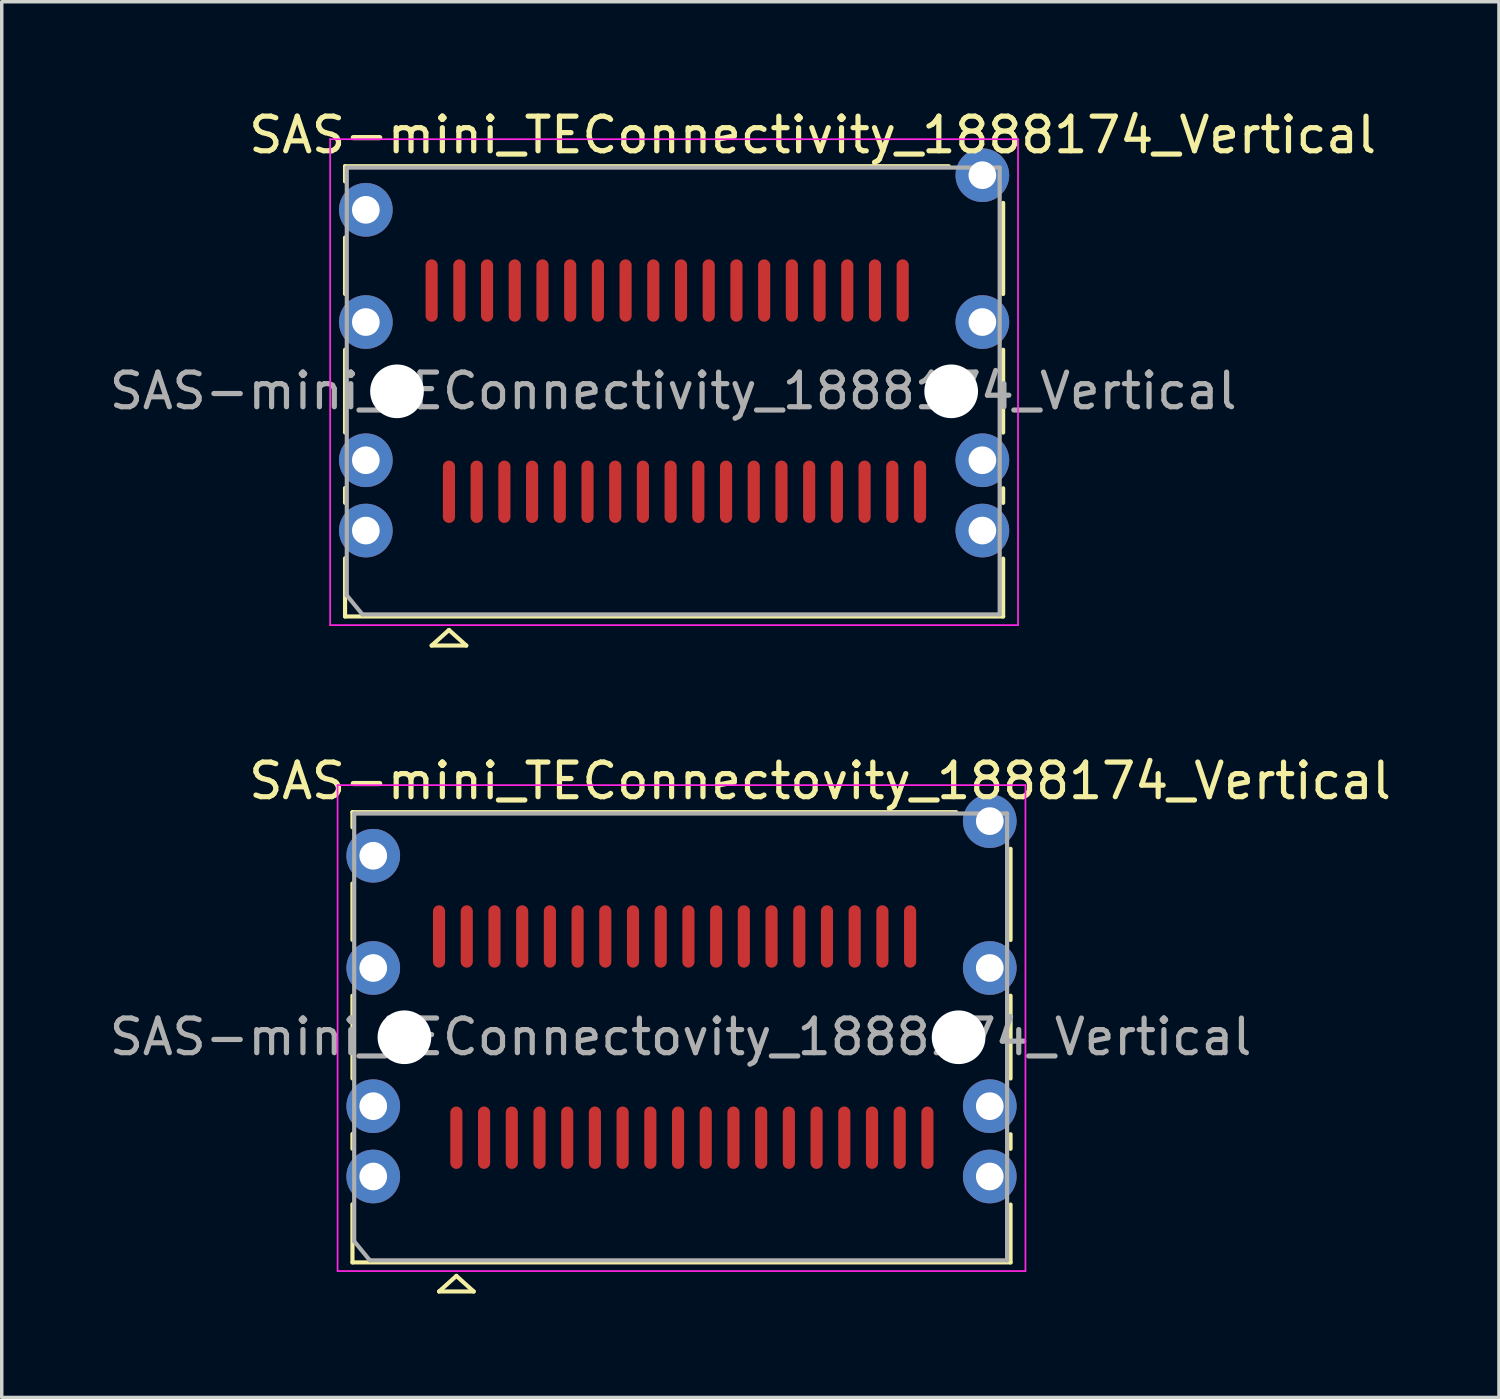
<source format=kicad_pcb>
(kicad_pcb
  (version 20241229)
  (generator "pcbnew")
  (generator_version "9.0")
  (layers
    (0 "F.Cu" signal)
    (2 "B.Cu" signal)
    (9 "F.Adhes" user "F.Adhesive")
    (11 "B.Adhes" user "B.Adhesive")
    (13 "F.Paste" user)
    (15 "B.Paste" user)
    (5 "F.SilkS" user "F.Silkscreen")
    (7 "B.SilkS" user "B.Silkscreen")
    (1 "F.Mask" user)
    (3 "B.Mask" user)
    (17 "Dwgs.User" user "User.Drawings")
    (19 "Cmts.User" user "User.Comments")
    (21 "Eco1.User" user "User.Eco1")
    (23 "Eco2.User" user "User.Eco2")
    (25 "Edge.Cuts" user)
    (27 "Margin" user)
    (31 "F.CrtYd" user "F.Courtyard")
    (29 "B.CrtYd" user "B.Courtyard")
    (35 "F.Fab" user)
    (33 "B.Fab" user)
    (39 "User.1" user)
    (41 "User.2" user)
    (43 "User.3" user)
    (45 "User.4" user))
  (footprint "SAS-mini_TEConnectivity_1888174_Vertical"
    (layer "F.Cu")
    (at 16.412 7.138)
    (property "Reference" "SAS-mini_TEConnectivity_1888174_Vertical" (at 4 -6.29 0) (layer "F.SilkS") (effects (font (size 1 1) (thickness 0.15))))
    (attr smd)
    (fp_line (start -9.5 -5.39) (end -9.5 -4.95) (stroke (width 0.12) (type solid)) (layer "F.SilkS"))
    (fp_line (start -9.5 -3.33) (end -9.5 -1.7) (stroke (width 0.12) (type solid)) (layer "F.SilkS"))
    (fp_line (start -9.5 -0.09) (end -9.5 2.299) (stroke (width 0.12) (type solid)) (layer "F.SilkS"))
    (fp_line (start -9.5 3.901) (end -9.5 4.329) (stroke (width 0.12) (type solid)) (layer "F.SilkS"))
    (fp_line (start -9.5 5.931) (end -9.5 7.61) (stroke (width 0.12) (type solid)) (layer "F.SilkS"))
    (fp_line (start -9.5 7.61) (end 9.5 7.61) (stroke (width 0.12) (type solid)) (layer "F.SilkS"))
    (fp_line (start -7 8.45) (end -6 8.45) (stroke (width 0.12) (type solid)) (layer "F.SilkS"))
    (fp_line (start -6.5 8) (end -7 8.45) (stroke (width 0.12) (type solid)) (layer "F.SilkS"))
    (fp_line (start -6 8.45) (end -6.5 8) (stroke (width 0.12) (type solid)) (layer "F.SilkS"))
    (fp_line (start 7.93 -5.39) (end -9.5 -5.39) (stroke (width 0.12) (type solid)) (layer "F.SilkS"))
    (fp_line (start 9.5 -4.33) (end 9.5 -1.7) (stroke (width 0.12) (type solid)) (layer "F.SilkS"))
    (fp_line (start 9.5 -0.09) (end 9.5 2.3) (stroke (width 0.12) (type solid)) (layer "F.SilkS"))
    (fp_line (start 9.5 3.91) (end 9.5 4.33) (stroke (width 0.12) (type solid)) (layer "F.SilkS"))
    (fp_line (start 9.5 5.94) (end 9.5 7.61) (stroke (width 0.12) (type solid)) (layer "F.SilkS"))
    (fp_line (start -9.93 -6.17) (end -9.93 7.86) (stroke (width 0.05) (type solid)) (layer "F.CrtYd"))
    (fp_line (start -9.93 -6.17) (end 9.93 -6.17) (stroke (width 0.05) (type solid)) (layer "F.CrtYd"))
    (fp_line (start 9.93 7.86) (end -9.93 7.86) (stroke (width 0.05) (type solid)) (layer "F.CrtYd"))
    (fp_line (start 9.93 7.86) (end 9.93 -6.17) (stroke (width 0.05) (type solid)) (layer "F.CrtYd"))
    (fp_line (start -9.45 -5.35) (end -9.45 7) (stroke (width 0.12) (type solid)) (layer "F.Fab"))
    (fp_line (start -9.45 7) (end -9 7.55) (stroke (width 0.12) (type solid)) (layer "F.Fab"))
    (fp_line (start -9 7.55) (end 9.4 7.55) (stroke (width 0.12) (type solid)) (layer "F.Fab"))
    (fp_line (start 9.4 -5.35) (end -9.45 -5.35) (stroke (width 0.12) (type solid)) (layer "F.Fab"))
    (fp_line (start 9.4 7.55) (end 9.4 -5.35) (stroke (width 0.12) (type solid)) (layer "F.Fab"))
    (fp_text user "${REFERENCE}" (at -0.025 1.1 0) (layer "F.Fab") (effects (font (size 1 1) (thickness 0.15))))
    (pad "" np_thru_hole circle (at -8 1.11) (size 1.55 1.55) (drill 1.55) (layers "*.Mask" "B.Cu"))
    (pad "" np_thru_hole circle (at 8 1.11) (size 1.55 1.55) (drill 1.55) (layers "*.Mask" "B.Cu"))
    (pad "1" thru_hole circle (at -8.9 -4.13) (size 1.55 1.55) (drill 0.8) (layers "*.Cu" "*.Mask"))
    (pad "2" thru_hole circle (at -8.9 -0.89) (size 1.55 1.55) (drill 0.8) (layers "*.Cu" "*.Mask"))
    (pad "3" thru_hole circle (at -8.9 3.1) (size 1.55 1.55) (drill 0.8) (layers "*.Cu" "*.Mask"))
    (pad "4" thru_hole circle (at -8.9 5.13) (size 1.55 1.55) (drill 0.8) (layers "*.Cu" "*.Mask"))
    (pad "5" thru_hole circle (at 8.9 -5.13) (size 1.55 1.55) (drill 0.8) (layers "*.Cu" "*.Mask"))
    (pad "6" thru_hole circle (at 8.9 -0.89) (size 1.55 1.55) (drill 0.8) (layers "*.Cu" "*.Mask"))
    (pad "7" thru_hole circle (at 8.9 3.1) (size 1.55 1.55) (drill 0.8) (layers "*.Cu" "*.Mask"))
    (pad "8" thru_hole circle (at 8.9 5.13) (size 1.55 1.55) (drill 0.8) (layers "*.Cu" "*.Mask"))
    (pad "A1" smd oval (at -6.5 4.01) (size 0.35 1.8) (layers "F.Cu" "F.Mask" "F.Paste"))
    (pad "A2" smd oval (at -5.7 4.01) (size 0.35 1.8) (layers "F.Cu" "F.Mask" "F.Paste"))
    (pad "A3" smd oval (at -4.9 4.01) (size 0.35 1.8) (layers "F.Cu" "F.Mask" "F.Paste"))
    (pad "A4" smd oval (at -4.1 4.01) (size 0.35 1.8) (layers "F.Cu" "F.Mask" "F.Paste"))
    (pad "A5" smd oval (at -3.3 4.01) (size 0.35 1.8) (layers "F.Cu" "F.Mask" "F.Paste"))
    (pad "A6" smd oval (at -2.5 4.01) (size 0.35 1.8) (layers "F.Cu" "F.Mask" "F.Paste"))
    (pad "A7" smd oval (at -1.7 4.01) (size 0.35 1.8) (layers "F.Cu" "F.Mask" "F.Paste"))
    (pad "A8" smd oval (at -0.9 4.01) (size 0.35 1.8) (layers "F.Cu" "F.Mask" "F.Paste"))
    (pad "A9" smd oval (at -0.1 4.01) (size 0.35 1.8) (layers "F.Cu" "F.Mask" "F.Paste"))
    (pad "A10" smd oval (at 0.7 4.01) (size 0.35 1.8) (layers "F.Cu" "F.Mask" "F.Paste"))
    (pad "A11" smd oval (at 1.5 4.01) (size 0.35 1.8) (layers "F.Cu" "F.Mask" "F.Paste"))
    (pad "A12" smd oval (at 2.3 4.01) (size 0.35 1.8) (layers "F.Cu" "F.Mask" "F.Paste"))
    (pad "A13" smd oval (at 3.1 4.01) (size 0.35 1.8) (layers "F.Cu" "F.Mask" "F.Paste"))
    (pad "A14" smd oval (at 3.9 4.01) (size 0.35 1.8) (layers "F.Cu" "F.Mask" "F.Paste"))
    (pad "A15" smd oval (at 4.7 4.01) (size 0.35 1.8) (layers "F.Cu" "F.Mask" "F.Paste"))
    (pad "A16" smd oval (at 5.5 4.01) (size 0.35 1.8) (layers "F.Cu" "F.Mask" "F.Paste"))
    (pad "A17" smd oval (at 6.3 4.01) (size 0.35 1.8) (layers "F.Cu" "F.Mask" "F.Paste"))
    (pad "A18" smd oval (at 7.1 4.01) (size 0.35 1.8) (layers "F.Cu" "F.Mask" "F.Paste"))
    (pad "B1" smd oval (at -7 -1.8) (size 0.35 1.8) (layers "F.Cu" "F.Mask" "F.Paste"))
    (pad "B2" smd oval (at -6.2 -1.8) (size 0.35 1.8) (layers "F.Cu" "F.Mask" "F.Paste"))
    (pad "B3" smd oval (at -5.4 -1.8) (size 0.35 1.8) (layers "F.Cu" "F.Mask" "F.Paste"))
    (pad "B4" smd oval (at -4.6 -1.8) (size 0.35 1.8) (layers "F.Cu" "F.Mask" "F.Paste"))
    (pad "B5" smd oval (at -3.8 -1.8) (size 0.35 1.8) (layers "F.Cu" "F.Mask" "F.Paste"))
    (pad "B6" smd oval (at -3 -1.8) (size 0.35 1.8) (layers "F.Cu" "F.Mask" "F.Paste"))
    (pad "B7" smd oval (at -2.2 -1.8) (size 0.35 1.8) (layers "F.Cu" "F.Mask" "F.Paste"))
    (pad "B8" smd oval (at -1.4 -1.8) (size 0.35 1.8) (layers "F.Cu" "F.Mask" "F.Paste"))
    (pad "B9" smd oval (at -0.6 -1.8) (size 0.35 1.8) (layers "F.Cu" "F.Mask" "F.Paste"))
    (pad "B10" smd oval (at 0.2 -1.8) (size 0.35 1.8) (layers "F.Cu" "F.Mask" "F.Paste"))
    (pad "B11" smd oval (at 1 -1.8) (size 0.35 1.8) (layers "F.Cu" "F.Mask" "F.Paste"))
    (pad "B12" smd oval (at 1.8 -1.8) (size 0.35 1.8) (layers "F.Cu" "F.Mask" "F.Paste"))
    (pad "B13" smd oval (at 2.6 -1.8) (size 0.35 1.8) (layers "F.Cu" "F.Mask" "F.Paste"))
    (pad "B14" smd oval (at 3.4 -1.8) (size 0.35 1.8) (layers "F.Cu" "F.Mask" "F.Paste"))
    (pad "B15" smd oval (at 4.2 -1.8) (size 0.35 1.8) (layers "F.Cu" "F.Mask" "F.Paste"))
    (pad "B16" smd oval (at 5 -1.8) (size 0.35 1.8) (layers "F.Cu" "F.Mask" "F.Paste"))
    (pad "B17" smd oval (at 5.8 -1.8) (size 0.35 1.8) (layers "F.Cu" "F.Mask" "F.Paste"))
    (pad "B18" smd oval (at 6.6 -1.8) (size 0.35 1.8) (layers "F.Cu" "F.Mask" "F.Paste")))
  (footprint "SAS-mini_TEConnectovity_1888174_Vertical"
    (layer "F.Cu")
    (at 16.626 25.787)
    (property "Reference" "SAS-mini_TEConnectovity_1888174_Vertical" (at 4 -6.29 0) (layer "F.SilkS") (effects (font (size 1 1) (thickness 0.15))))
    (attr smd)
    (fp_line (start -9.5 -5.39) (end -9.5 -4.95) (stroke (width 0.12) (type solid)) (layer "F.SilkS"))
    (fp_line (start -9.5 -3.33) (end -9.5 -1.7) (stroke (width 0.12) (type solid)) (layer "F.SilkS"))
    (fp_line (start -9.5 -0.09) (end -9.5 2.299) (stroke (width 0.12) (type solid)) (layer "F.SilkS"))
    (fp_line (start -9.5 3.901) (end -9.5 4.329) (stroke (width 0.12) (type solid)) (layer "F.SilkS"))
    (fp_line (start -9.5 5.931) (end -9.5 7.61) (stroke (width 0.12) (type solid)) (layer "F.SilkS"))
    (fp_line (start -9.5 7.61) (end 9.5 7.61) (stroke (width 0.12) (type solid)) (layer "F.SilkS"))
    (fp_line (start -7 8.45) (end -6 8.45) (stroke (width 0.12) (type solid)) (layer "F.SilkS"))
    (fp_line (start -6.5 8) (end -7 8.45) (stroke (width 0.12) (type solid)) (layer "F.SilkS"))
    (fp_line (start -6 8.45) (end -6.5 8) (stroke (width 0.12) (type solid)) (layer "F.SilkS"))
    (fp_line (start 7.93 -5.39) (end -9.5 -5.39) (stroke (width 0.12) (type solid)) (layer "F.SilkS"))
    (fp_line (start 9.5 -4.33) (end 9.5 -1.7) (stroke (width 0.12) (type solid)) (layer "F.SilkS"))
    (fp_line (start 9.5 -0.09) (end 9.5 2.3) (stroke (width 0.12) (type solid)) (layer "F.SilkS"))
    (fp_line (start 9.5 3.91) (end 9.5 4.33) (stroke (width 0.12) (type solid)) (layer "F.SilkS"))
    (fp_line (start 9.5 5.94) (end 9.5 7.61) (stroke (width 0.12) (type solid)) (layer "F.SilkS"))
    (fp_line (start -9.93 -6.17) (end -9.93 7.86) (stroke (width 0.05) (type solid)) (layer "F.CrtYd"))
    (fp_line (start -9.93 -6.17) (end 9.93 -6.17) (stroke (width 0.05) (type solid)) (layer "F.CrtYd"))
    (fp_line (start 9.93 7.86) (end -9.93 7.86) (stroke (width 0.05) (type solid)) (layer "F.CrtYd"))
    (fp_line (start 9.93 7.86) (end 9.93 -6.17) (stroke (width 0.05) (type solid)) (layer "F.CrtYd"))
    (fp_line (start -9.45 -5.35) (end -9.45 7) (stroke (width 0.12) (type solid)) (layer "F.Fab"))
    (fp_line (start -9.45 7) (end -9 7.55) (stroke (width 0.12) (type solid)) (layer "F.Fab"))
    (fp_line (start -9 7.55) (end 9.4 7.55) (stroke (width 0.12) (type solid)) (layer "F.Fab"))
    (fp_line (start 9.4 -5.35) (end -9.45 -5.35) (stroke (width 0.12) (type solid)) (layer "F.Fab"))
    (fp_line (start 9.4 7.55) (end 9.4 -5.35) (stroke (width 0.12) (type solid)) (layer "F.Fab"))
    (fp_text user "${REFERENCE}" (at -0.025 1.1 0) (layer "F.Fab") (effects (font (size 1 1) (thickness 0.15))))
    (pad "" np_thru_hole circle (at -8 1.11) (size 1.55 1.55) (drill 1.55) (layers "*.Mask" "B.Cu"))
    (pad "" np_thru_hole circle (at 8 1.11) (size 1.55 1.55) (drill 1.55) (layers "*.Mask" "B.Cu"))
    (pad "1" thru_hole circle (at -8.9 -4.13) (size 1.55 1.55) (drill 0.8) (layers "*.Cu" "*.Mask"))
    (pad "2" thru_hole circle (at -8.9 -0.89) (size 1.55 1.55) (drill 0.8) (layers "*.Cu" "*.Mask"))
    (pad "3" thru_hole circle (at -8.9 3.1) (size 1.55 1.55) (drill 0.8) (layers "*.Cu" "*.Mask"))
    (pad "4" thru_hole circle (at -8.9 5.13) (size 1.55 1.55) (drill 0.8) (layers "*.Cu" "*.Mask"))
    (pad "5" thru_hole circle (at 8.9 -5.13) (size 1.55 1.55) (drill 0.8) (layers "*.Cu" "*.Mask"))
    (pad "6" thru_hole circle (at 8.9 -0.89) (size 1.55 1.55) (drill 0.8) (layers "*.Cu" "*.Mask"))
    (pad "7" thru_hole circle (at 8.9 3.1) (size 1.55 1.55) (drill 0.8) (layers "*.Cu" "*.Mask"))
    (pad "8" thru_hole circle (at 8.9 5.13) (size 1.55 1.55) (drill 0.8) (layers "*.Cu" "*.Mask"))
    (pad "A1" smd oval (at -6.5 4.01) (size 0.35 1.8) (layers "F.Cu" "F.Mask" "F.Paste"))
    (pad "A2" smd oval (at -5.7 4.01) (size 0.35 1.8) (layers "F.Cu" "F.Mask" "F.Paste"))
    (pad "A3" smd oval (at -4.9 4.01) (size 0.35 1.8) (layers "F.Cu" "F.Mask" "F.Paste"))
    (pad "A4" smd oval (at -4.1 4.01) (size 0.35 1.8) (layers "F.Cu" "F.Mask" "F.Paste"))
    (pad "A5" smd oval (at -3.3 4.01) (size 0.35 1.8) (layers "F.Cu" "F.Mask" "F.Paste"))
    (pad "A6" smd oval (at -2.5 4.01) (size 0.35 1.8) (layers "F.Cu" "F.Mask" "F.Paste"))
    (pad "A7" smd oval (at -1.7 4.01) (size 0.35 1.8) (layers "F.Cu" "F.Mask" "F.Paste"))
    (pad "A8" smd oval (at -0.9 4.01) (size 0.35 1.8) (layers "F.Cu" "F.Mask" "F.Paste"))
    (pad "A9" smd oval (at -0.1 4.01) (size 0.35 1.8) (layers "F.Cu" "F.Mask" "F.Paste"))
    (pad "A10" smd oval (at 0.7 4.01) (size 0.35 1.8) (layers "F.Cu" "F.Mask" "F.Paste"))
    (pad "A11" smd oval (at 1.5 4.01) (size 0.35 1.8) (layers "F.Cu" "F.Mask" "F.Paste"))
    (pad "A12" smd oval (at 2.3 4.01) (size 0.35 1.8) (layers "F.Cu" "F.Mask" "F.Paste"))
    (pad "A13" smd oval (at 3.1 4.01) (size 0.35 1.8) (layers "F.Cu" "F.Mask" "F.Paste"))
    (pad "A14" smd oval (at 3.9 4.01) (size 0.35 1.8) (layers "F.Cu" "F.Mask" "F.Paste"))
    (pad "A15" smd oval (at 4.7 4.01) (size 0.35 1.8) (layers "F.Cu" "F.Mask" "F.Paste"))
    (pad "A16" smd oval (at 5.5 4.01) (size 0.35 1.8) (layers "F.Cu" "F.Mask" "F.Paste"))
    (pad "A17" smd oval (at 6.3 4.01) (size 0.35 1.8) (layers "F.Cu" "F.Mask" "F.Paste"))
    (pad "A18" smd oval (at 7.1 4.01) (size 0.35 1.8) (layers "F.Cu" "F.Mask" "F.Paste"))
    (pad "B1" smd oval (at -7 -1.8) (size 0.35 1.8) (layers "F.Cu" "F.Mask" "F.Paste"))
    (pad "B2" smd oval (at -6.2 -1.8) (size 0.35 1.8) (layers "F.Cu" "F.Mask" "F.Paste"))
    (pad "B3" smd oval (at -5.4 -1.8) (size 0.35 1.8) (layers "F.Cu" "F.Mask" "F.Paste"))
    (pad "B4" smd oval (at -4.6 -1.8) (size 0.35 1.8) (layers "F.Cu" "F.Mask" "F.Paste"))
    (pad "B5" smd oval (at -3.8 -1.8) (size 0.35 1.8) (layers "F.Cu" "F.Mask" "F.Paste"))
    (pad "B6" smd oval (at -3 -1.8) (size 0.35 1.8) (layers "F.Cu" "F.Mask" "F.Paste"))
    (pad "B7" smd oval (at -2.2 -1.8) (size 0.35 1.8) (layers "F.Cu" "F.Mask" "F.Paste"))
    (pad "B8" smd oval (at -1.4 -1.8) (size 0.35 1.8) (layers "F.Cu" "F.Mask" "F.Paste"))
    (pad "B9" smd oval (at -0.6 -1.8) (size 0.35 1.8) (layers "F.Cu" "F.Mask" "F.Paste"))
    (pad "B10" smd oval (at 0.2 -1.8) (size 0.35 1.8) (layers "F.Cu" "F.Mask" "F.Paste"))
    (pad "B11" smd oval (at 1 -1.8) (size 0.35 1.8) (layers "F.Cu" "F.Mask" "F.Paste"))
    (pad "B12" smd oval (at 1.8 -1.8) (size 0.35 1.8) (layers "F.Cu" "F.Mask" "F.Paste"))
    (pad "B13" smd oval (at 2.6 -1.8) (size 0.35 1.8) (layers "F.Cu" "F.Mask" "F.Paste"))
    (pad "B14" smd oval (at 3.4 -1.8) (size 0.35 1.8) (layers "F.Cu" "F.Mask" "F.Paste"))
    (pad "B15" smd oval (at 4.2 -1.8) (size 0.35 1.8) (layers "F.Cu" "F.Mask" "F.Paste"))
    (pad "B16" smd oval (at 5 -1.8) (size 0.35 1.8) (layers "F.Cu" "F.Mask" "F.Paste"))
    (pad "B17" smd oval (at 5.8 -1.8) (size 0.35 1.8) (layers "F.Cu" "F.Mask" "F.Paste"))
    (pad "B18" smd oval (at 6.6 -1.8) (size 0.35 1.8) (layers "F.Cu" "F.Mask" "F.Paste")))
  (gr_rect
    (start -3 -3)
    (end 40.227 37.297)
    (stroke (width 0.1) (type default))
    (fill no)
    (layer "Edge.Cuts")))
</source>
